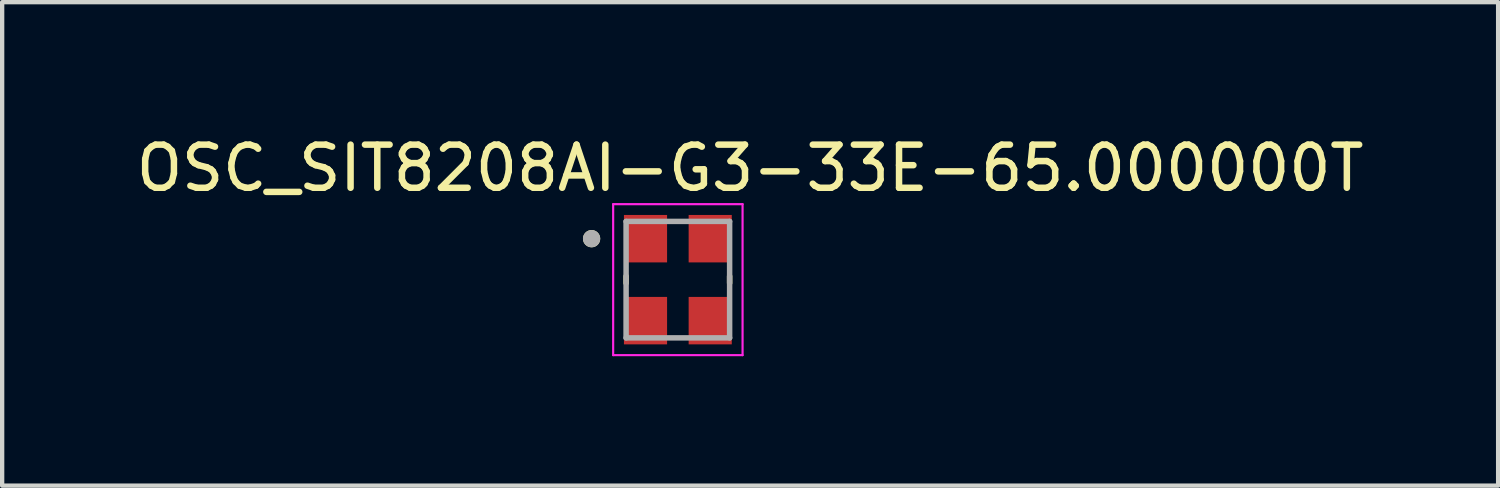
<source format=kicad_pcb>
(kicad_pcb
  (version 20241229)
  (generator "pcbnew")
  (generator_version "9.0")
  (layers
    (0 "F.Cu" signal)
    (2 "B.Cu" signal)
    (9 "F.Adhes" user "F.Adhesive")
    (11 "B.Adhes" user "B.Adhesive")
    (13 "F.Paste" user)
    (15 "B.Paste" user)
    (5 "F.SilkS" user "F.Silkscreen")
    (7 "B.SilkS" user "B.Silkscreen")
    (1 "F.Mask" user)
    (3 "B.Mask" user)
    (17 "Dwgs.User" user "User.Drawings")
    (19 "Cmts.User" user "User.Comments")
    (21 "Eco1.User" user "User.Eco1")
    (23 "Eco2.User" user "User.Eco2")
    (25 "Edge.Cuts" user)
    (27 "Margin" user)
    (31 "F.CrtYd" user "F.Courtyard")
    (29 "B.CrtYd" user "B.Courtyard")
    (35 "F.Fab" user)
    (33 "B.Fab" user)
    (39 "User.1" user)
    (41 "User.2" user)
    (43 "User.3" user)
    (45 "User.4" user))
  (footprint "OSC_SIT8208AI-G3-33E-65.000000T"
    (layer "F.Cu")
    (at 12.664 3.433)
    (property "Reference" "OSC_SIT8208AI-G3-33E-65.000000T" (at 1.675 -2.585 0) (layer "F.SilkS") (effects (font (size 1 1) (thickness 0.15))))
    (attr smd)
    (fp_line (start -1.2 -0.08) (end -1.2 0.08) (stroke (width 0.127) (type solid)) (layer "F.SilkS"))
    (fp_line (start 1.2 -0.08) (end 1.2 0.08) (stroke (width 0.127) (type solid)) (layer "F.SilkS"))
    (fp_circle (center -2 -0.95) (end -1.9 -0.95) (stroke (width 0.2) (type solid)) (fill no) (layer "F.SilkS"))
    (fp_line (start -1.5 -1.75) (end -1.5 1.75) (stroke (width 0.05) (type solid)) (layer "F.CrtYd"))
    (fp_line (start -1.5 -1.75) (end 1.5 -1.75) (stroke (width 0.05) (type solid)) (layer "F.CrtYd"))
    (fp_line (start 1.5 -1.75) (end 1.5 1.75) (stroke (width 0.05) (type solid)) (layer "F.CrtYd"))
    (fp_line (start 1.5 1.75) (end -1.5 1.75) (stroke (width 0.05) (type solid)) (layer "F.CrtYd"))
    (fp_line (start -1.2 -1.35) (end -1.2 1.35) (stroke (width 0.127) (type solid)) (layer "F.Fab"))
    (fp_line (start -1.2 -1.35) (end 1.2 -1.35) (stroke (width 0.127) (type solid)) (layer "F.Fab"))
    (fp_line (start 1.2 -1.35) (end 1.2 1.35) (stroke (width 0.127) (type solid)) (layer "F.Fab"))
    (fp_line (start 1.2 1.35) (end -1.2 1.35) (stroke (width 0.127) (type solid)) (layer "F.Fab"))
    (fp_circle (center -2 -0.95) (end -1.9 -0.95) (stroke (width 0.2) (type solid)) (fill no) (layer "F.Fab"))
    (pad "1" smd rect (at -0.75 -0.95) (size 1 1.1) (layers "F.Cu" "F.Mask" "F.Paste"))
    (pad "2" smd rect (at -0.75 0.95) (size 1 1.1) (layers "F.Cu" "F.Mask" "F.Paste"))
    (pad "3" smd rect (at 0.75 0.95) (size 1 1.1) (layers "F.Cu" "F.Mask" "F.Paste"))
    (pad "4" smd rect (at 0.75 -0.95) (size 1 1.1) (layers "F.Cu" "F.Mask" "F.Paste")))
  (gr_rect
    (start -3 -3)
    (end 31.679 8.208)
    (stroke (width 0.1) (type default))
    (fill no)
    (layer "Edge.Cuts")))
</source>
